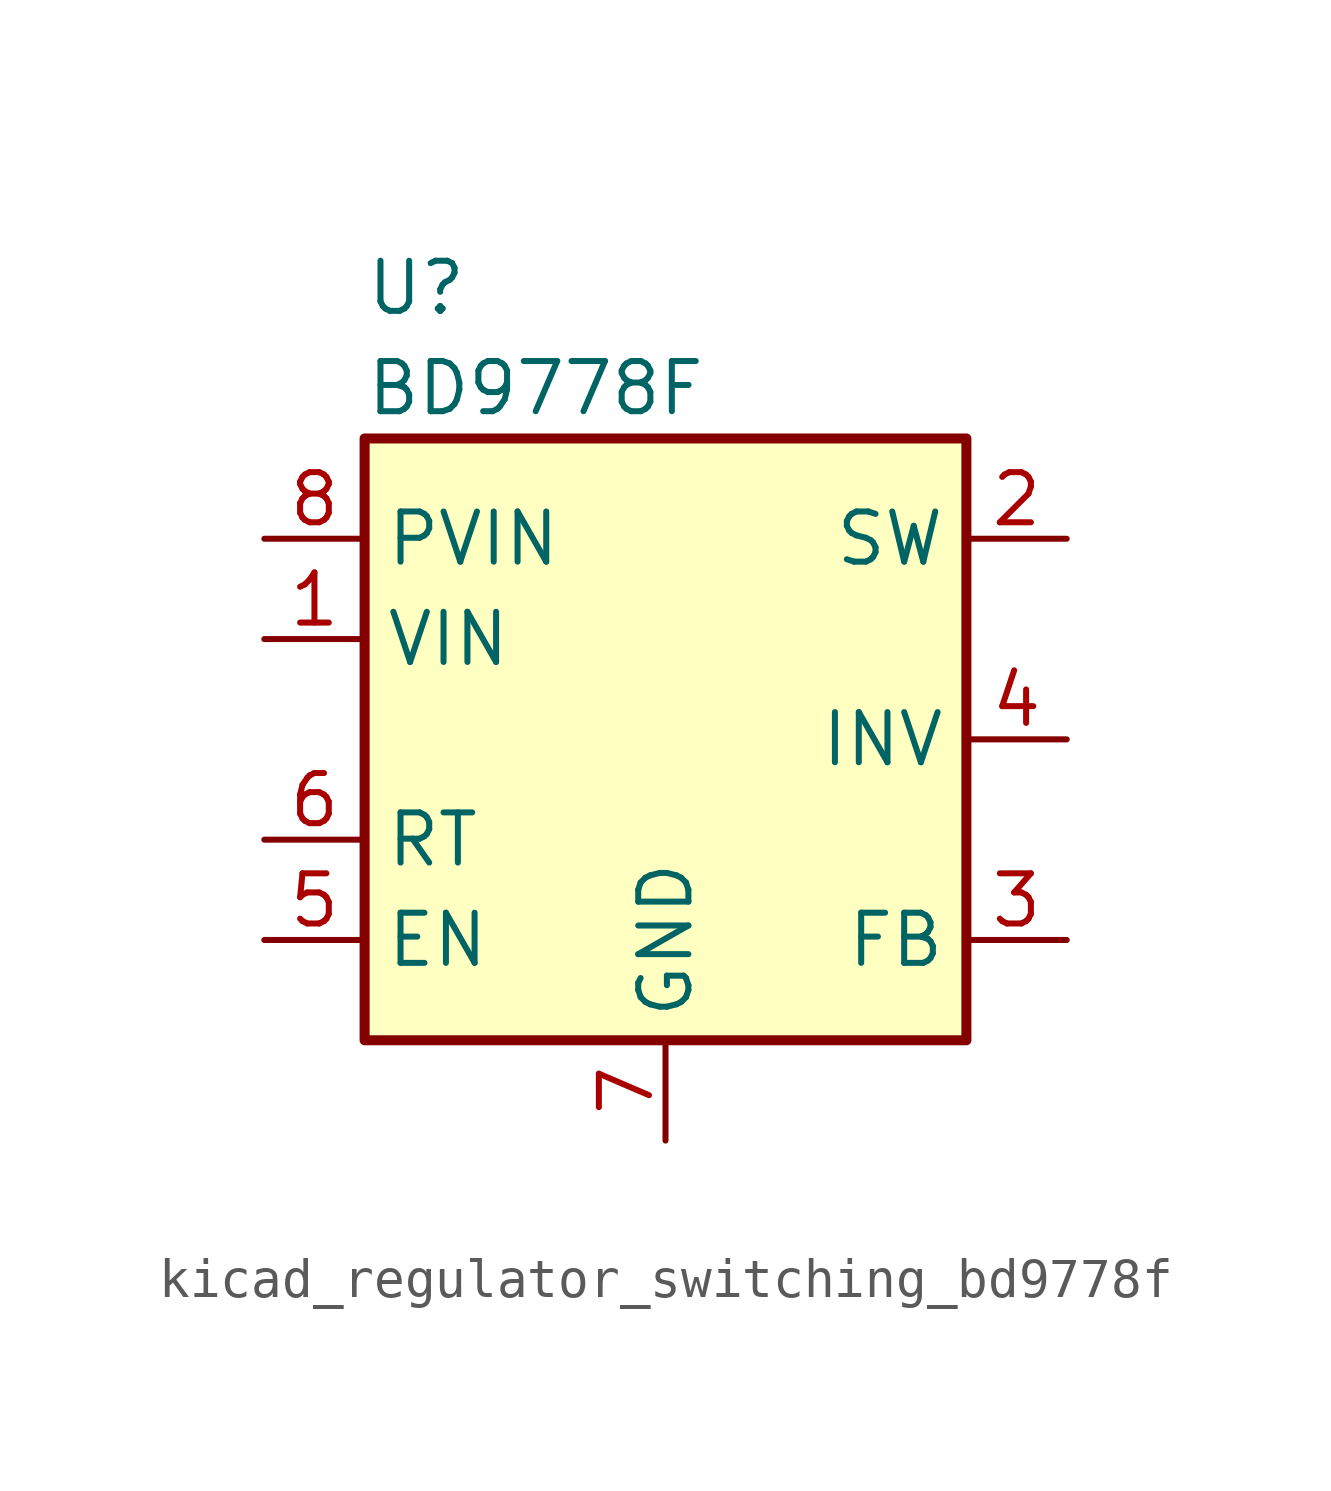
<source format=kicad_sym>
(kicad_symbol_lib
  (version 20220914)
  (generator kicad_symbol_editor)
  (symbol "kicad_regulator_switching_bd9778f"
    (property "Reference" "U"
      (at -7.62 11.43 0)
      (effects (font (size 1.27 1.27)) (justify left)))
    (property "Value" "BD9778F"
      (at -7.62 8.89 0)
      (effects (font (size 1.27 1.27)) (justify left)))
    (symbol "kicad_regulator_switching_bd9778f_0_1"
      (rectangle (start -7.62 7.62) (end 7.62 -7.62) (stroke (width 0.254) (type default)) (fill (type background))))
    (symbol "kicad_regulator_switching_bd9778f_1_1"
      (pin power_in line (at -10.16 2.54 0) (length 2.54) (name "VIN" (effects (font (size 1.27 1.27)))) (number "1" (effects (font (size 1.27 1.27)))))
      (pin output line (at 10.16 5.08 180) (length 2.54) (name "SW" (effects (font (size 1.27 1.27)))) (number "2" (effects (font (size 1.27 1.27)))))
      (pin passive line (at 10.16 -5.08 180) (length 2.54) (name "FB" (effects (font (size 1.27 1.27)))) (number "3" (effects (font (size 1.27 1.27)))))
      (pin input line (at 10.16 0 180) (length 2.54) (name "INV" (effects (font (size 1.27 1.27)))) (number "4" (effects (font (size 1.27 1.27)))))
      (pin passive line (at -10.16 -5.08 0) (length 2.54) (name "EN" (effects (font (size 1.27 1.27)))) (number "5" (effects (font (size 1.27 1.27)))))
      (pin passive line (at -10.16 -2.54 0) (length 2.54) (name "RT" (effects (font (size 1.27 1.27)))) (number "6" (effects (font (size 1.27 1.27)))))
      (pin power_in line (at 0 -10.16 90) (length 2.54) (name "GND" (effects (font (size 1.27 1.27)))) (number "7" (effects (font (size 1.27 1.27)))))
      (pin power_in line (at -10.16 5.08 0) (length 2.54) (name "PVIN" (effects (font (size 1.27 1.27)))) (number "8" (effects (font (size 1.27 1.27))))))))
</source>
